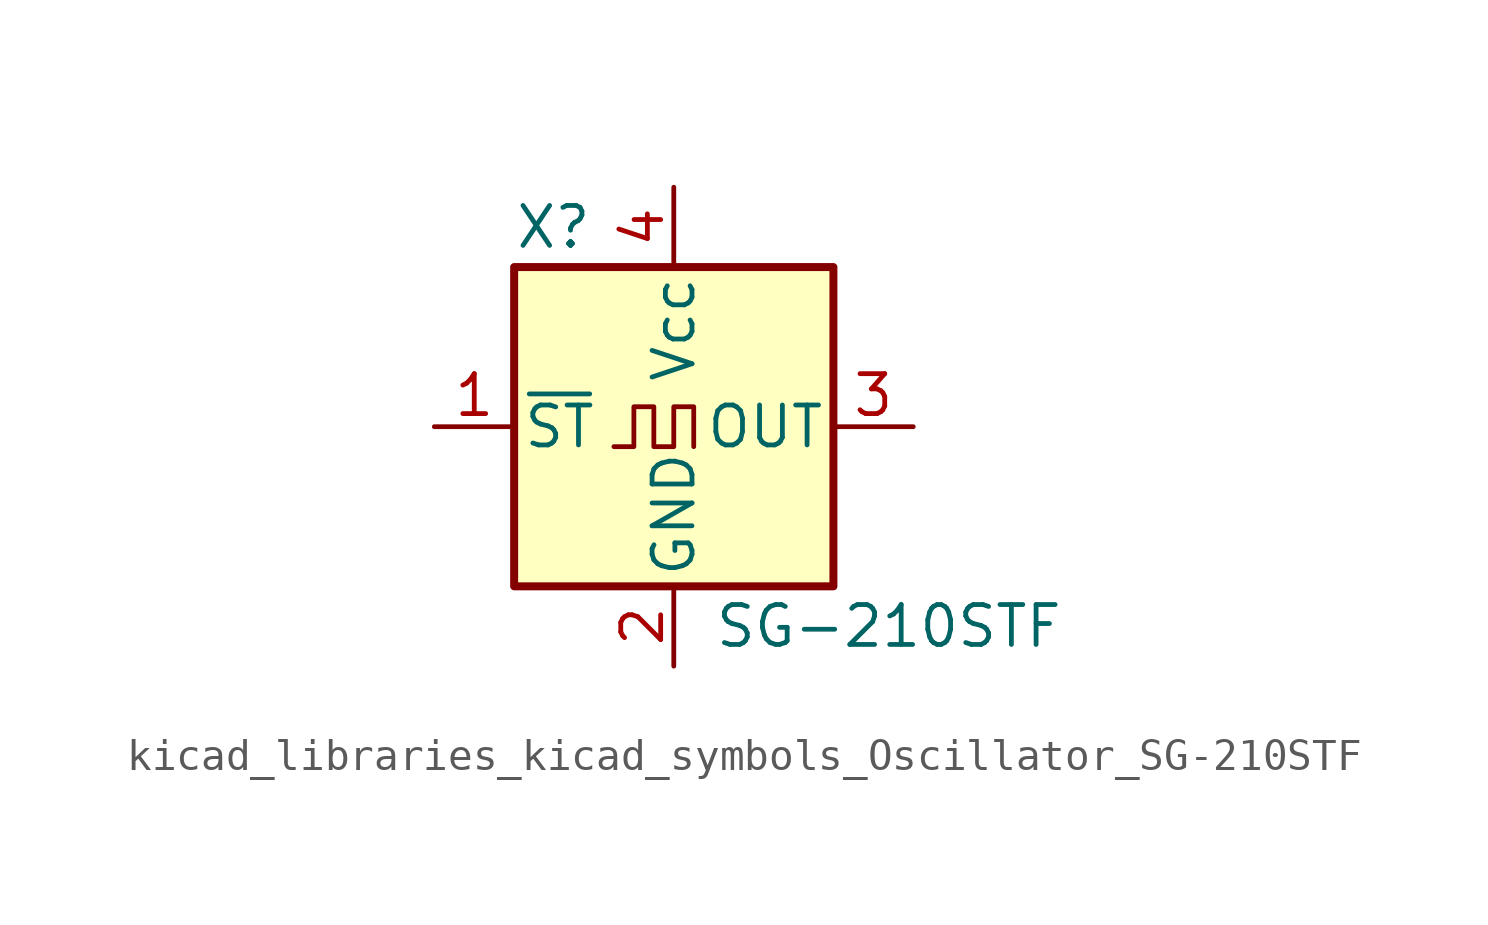
<source format=kicad_sym>
(kicad_symbol_lib
  (version 20220914)
  (generator kicad_symbol_editor)
  (symbol "kicad_libraries_kicad_symbols_Oscillator_SG-210STF"
    (pin_names
      (offset 0.254))
    (property "Reference" "X"
      (at -5.08 6.35 0)
      (effects (font (size 1.27 1.27)) (justify left)))
    (property "Value" "SG-210STF"
      (at 1.27 -6.35 0)
      (effects (font (size 1.27 1.27)) (justify left)))
    (symbol "kicad_libraries_kicad_symbols_Oscillator_SG-210STF_0_1"
      (rectangle (start -5.08 5.08) (end 5.08 -5.08) (stroke (width 0.254) (type default)) (fill (type background)))
      (polyline (pts (xy -1.905 -0.635) (xy -1.27 -0.635) (xy -1.27 0.635) (xy -0.635 0.635) (xy -0.635 -0.635) (xy 0 -0.635) (xy 0 0.635) (xy 0.635 0.635) (xy 0.635 -0.635)) (stroke (width 0) (type default)) (fill (type none))))
    (symbol "kicad_libraries_kicad_symbols_Oscillator_SG-210STF_1_1"
      (pin input line (at -7.62 0 0) (length 2.54) (name "~{ST}" (effects (font (size 1.27 1.27)))) (number "1" (effects (font (size 1.27 1.27)))))
      (pin power_in line (at 0 -7.62 90) (length 2.54) (name "GND" (effects (font (size 1.27 1.27)))) (number "2" (effects (font (size 1.27 1.27)))))
      (pin output line (at 7.62 0 180) (length 2.54) (name "OUT" (effects (font (size 1.27 1.27)))) (number "3" (effects (font (size 1.27 1.27)))))
      (pin power_in line (at 0 7.62 270) (length 2.54) (name "Vcc" (effects (font (size 1.27 1.27)))) (number "4" (effects (font (size 1.27 1.27))))))))
</source>
